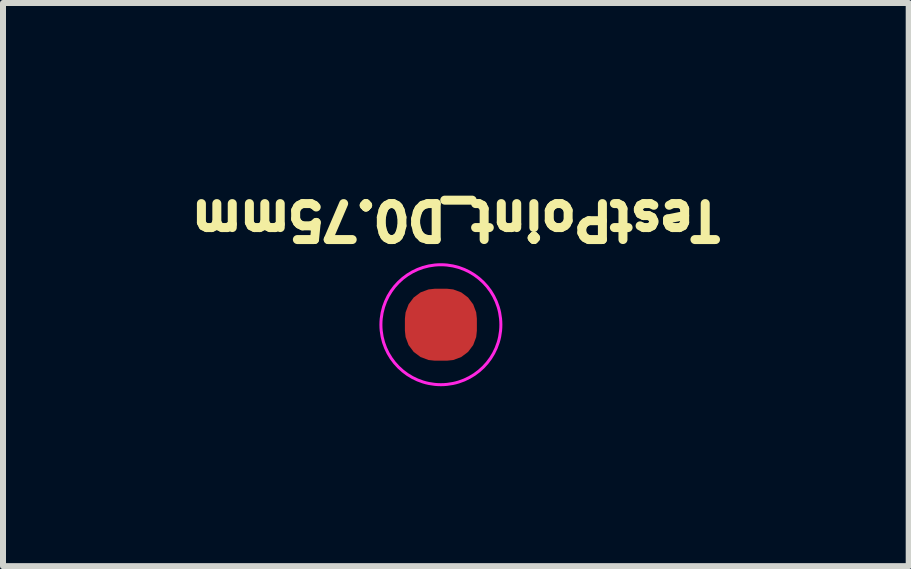
<source format=kicad_pcb>
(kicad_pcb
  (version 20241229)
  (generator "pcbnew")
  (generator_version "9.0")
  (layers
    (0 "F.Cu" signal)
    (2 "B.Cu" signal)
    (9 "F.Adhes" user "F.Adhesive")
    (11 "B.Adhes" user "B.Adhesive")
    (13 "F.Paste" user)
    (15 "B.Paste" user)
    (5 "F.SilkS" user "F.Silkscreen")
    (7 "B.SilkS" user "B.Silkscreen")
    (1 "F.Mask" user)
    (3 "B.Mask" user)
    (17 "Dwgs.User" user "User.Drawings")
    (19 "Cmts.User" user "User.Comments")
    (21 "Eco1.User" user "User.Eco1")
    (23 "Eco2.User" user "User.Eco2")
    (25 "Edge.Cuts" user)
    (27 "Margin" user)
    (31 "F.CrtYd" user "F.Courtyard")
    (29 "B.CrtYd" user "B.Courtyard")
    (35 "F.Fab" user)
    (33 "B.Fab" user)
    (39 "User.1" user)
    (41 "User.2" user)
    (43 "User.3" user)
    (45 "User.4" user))
  (footprint "TestPoint_D0.75mm"
    (layer "F.Cu")
    (at 4.301 2.364)
    (property "Reference" "TestPoint_D0.75mm" (at 0.25 -1.75 180) (unlocked yes) (layer "F.SilkS") (effects (font (size 0.6 0.6) (thickness 0.15))))
    (attr smd)
    (fp_circle (center 0 0) (end 1 0) (stroke (width 0.05) (type solid)) (fill no) (layer "F.CrtYd"))
    (pad "1" smd roundrect (at 0 0 180) (size 1.2 1.2) (layers "F.Cu" "F.Mask") (roundrect_rratio 0.417)))
  (gr_rect
    (start -3 -3)
    (end 12.101 6.389)
    (stroke (width 0.1) (type default))
    (fill no)
    (layer "Edge.Cuts")))
</source>
